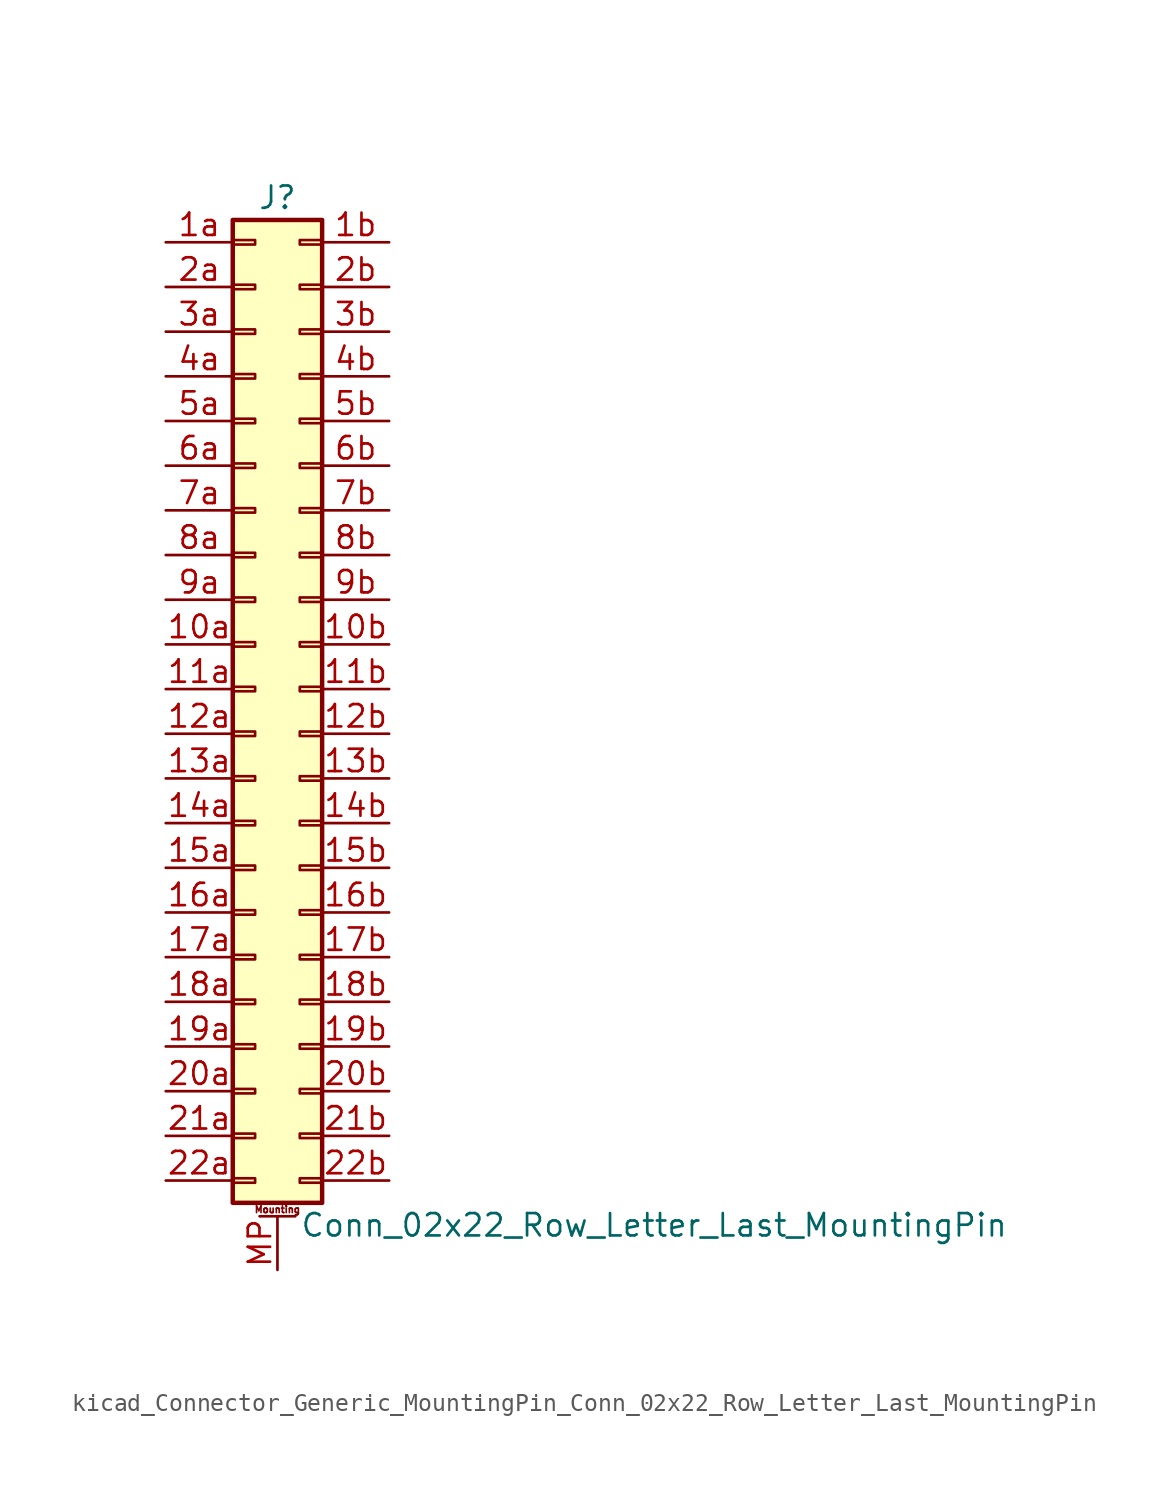
<source format=kicad_sym>
(kicad_symbol_lib
  (version 20220914)
  (generator kicad_symbol_editor)
  (symbol "kicad_Connector_Generic_MountingPin_Conn_02x22_Row_Letter_Last_MountingPin"
    (pin_names
      (offset 1.016) hide)
    (property "Reference" "J"
      (at 1.27 27.94 0)
      (effects (font (size 1.27 1.27))))
    (property "Value" "Conn_02x22_Row_Letter_Last_MountingPin"
      (at 2.54 -30.48 0)
      (effects (font (size 1.27 1.27)) (justify left)))
    (symbol "kicad_Connector_Generic_MountingPin_Conn_02x22_Row_Letter_Last_MountingPin_1_1"
      (rectangle (start -1.27 -27.813) (end 0 -28.067) (stroke (width 0.152) (type default)) (fill (type none)))
      (rectangle (start -1.27 -25.273) (end 0 -25.527) (stroke (width 0.152) (type default)) (fill (type none)))
      (rectangle (start -1.27 -22.733) (end 0 -22.987) (stroke (width 0.152) (type default)) (fill (type none)))
      (rectangle (start -1.27 -20.193) (end 0 -20.447) (stroke (width 0.152) (type default)) (fill (type none)))
      (rectangle (start -1.27 -17.653) (end 0 -17.907) (stroke (width 0.152) (type default)) (fill (type none)))
      (rectangle (start -1.27 -15.113) (end 0 -15.367) (stroke (width 0.152) (type default)) (fill (type none)))
      (rectangle (start -1.27 -12.573) (end 0 -12.827) (stroke (width 0.152) (type default)) (fill (type none)))
      (rectangle (start -1.27 -10.033) (end 0 -10.287) (stroke (width 0.152) (type default)) (fill (type none)))
      (rectangle (start -1.27 -7.493) (end 0 -7.747) (stroke (width 0.152) (type default)) (fill (type none)))
      (rectangle (start -1.27 -4.953) (end 0 -5.207) (stroke (width 0.152) (type default)) (fill (type none)))
      (rectangle (start -1.27 -2.413) (end 0 -2.667) (stroke (width 0.152) (type default)) (fill (type none)))
      (rectangle (start -1.27 0.127) (end 0 -0.127) (stroke (width 0.152) (type default)) (fill (type none)))
      (rectangle (start -1.27 2.667) (end 0 2.413) (stroke (width 0.152) (type default)) (fill (type none)))
      (rectangle (start -1.27 5.207) (end 0 4.953) (stroke (width 0.152) (type default)) (fill (type none)))
      (rectangle (start -1.27 7.747) (end 0 7.493) (stroke (width 0.152) (type default)) (fill (type none)))
      (rectangle (start -1.27 10.287) (end 0 10.033) (stroke (width 0.152) (type default)) (fill (type none)))
      (rectangle (start -1.27 12.827) (end 0 12.573) (stroke (width 0.152) (type default)) (fill (type none)))
      (rectangle (start -1.27 15.367) (end 0 15.113) (stroke (width 0.152) (type default)) (fill (type none)))
      (rectangle (start -1.27 17.907) (end 0 17.653) (stroke (width 0.152) (type default)) (fill (type none)))
      (rectangle (start -1.27 20.447) (end 0 20.193) (stroke (width 0.152) (type default)) (fill (type none)))
      (rectangle (start -1.27 22.987) (end 0 22.733) (stroke (width 0.152) (type default)) (fill (type none)))
      (rectangle (start -1.27 25.527) (end 0 25.273) (stroke (width 0.152) (type default)) (fill (type none)))
      (rectangle (start -1.27 26.67) (end 3.81 -29.21) (stroke (width 0.254) (type default)) (fill (type background)))
      (polyline (pts (xy 0.254 -29.972) (xy 2.286 -29.972)) (stroke (width 0.152) (type default)) (fill (type none)))
      (rectangle (start 3.81 -27.813) (end 2.54 -28.067) (stroke (width 0.152) (type default)) (fill (type none)))
      (rectangle (start 3.81 -25.273) (end 2.54 -25.527) (stroke (width 0.152) (type default)) (fill (type none)))
      (rectangle (start 3.81 -22.733) (end 2.54 -22.987) (stroke (width 0.152) (type default)) (fill (type none)))
      (rectangle (start 3.81 -20.193) (end 2.54 -20.447) (stroke (width 0.152) (type default)) (fill (type none)))
      (rectangle (start 3.81 -17.653) (end 2.54 -17.907) (stroke (width 0.152) (type default)) (fill (type none)))
      (rectangle (start 3.81 -15.113) (end 2.54 -15.367) (stroke (width 0.152) (type default)) (fill (type none)))
      (rectangle (start 3.81 -12.573) (end 2.54 -12.827) (stroke (width 0.152) (type default)) (fill (type none)))
      (rectangle (start 3.81 -10.033) (end 2.54 -10.287) (stroke (width 0.152) (type default)) (fill (type none)))
      (rectangle (start 3.81 -7.493) (end 2.54 -7.747) (stroke (width 0.152) (type default)) (fill (type none)))
      (rectangle (start 3.81 -4.953) (end 2.54 -5.207) (stroke (width 0.152) (type default)) (fill (type none)))
      (rectangle (start 3.81 -2.413) (end 2.54 -2.667) (stroke (width 0.152) (type default)) (fill (type none)))
      (rectangle (start 3.81 0.127) (end 2.54 -0.127) (stroke (width 0.152) (type default)) (fill (type none)))
      (rectangle (start 3.81 2.667) (end 2.54 2.413) (stroke (width 0.152) (type default)) (fill (type none)))
      (rectangle (start 3.81 5.207) (end 2.54 4.953) (stroke (width 0.152) (type default)) (fill (type none)))
      (rectangle (start 3.81 7.747) (end 2.54 7.493) (stroke (width 0.152) (type default)) (fill (type none)))
      (rectangle (start 3.81 10.287) (end 2.54 10.033) (stroke (width 0.152) (type default)) (fill (type none)))
      (rectangle (start 3.81 12.827) (end 2.54 12.573) (stroke (width 0.152) (type default)) (fill (type none)))
      (rectangle (start 3.81 15.367) (end 2.54 15.113) (stroke (width 0.152) (type default)) (fill (type none)))
      (rectangle (start 3.81 17.907) (end 2.54 17.653) (stroke (width 0.152) (type default)) (fill (type none)))
      (rectangle (start 3.81 20.447) (end 2.54 20.193) (stroke (width 0.152) (type default)) (fill (type none)))
      (rectangle (start 3.81 22.987) (end 2.54 22.733) (stroke (width 0.152) (type default)) (fill (type none)))
      (rectangle (start 3.81 25.527) (end 2.54 25.273) (stroke (width 0.152) (type default)) (fill (type none)))
      (text "Mounting" (at 1.27 -29.591 0) (effects (font (size 0.381 0.381))))
      (pin passive line (at -5.08 2.54 0) (length 3.81) (name "Pin_10a" (effects (font (size 1.27 1.27)))) (number "10a" (effects (font (size 1.27 1.27)))))
      (pin passive line (at 7.62 2.54 180) (length 3.81) (name "Pin_10b" (effects (font (size 1.27 1.27)))) (number "10b" (effects (font (size 1.27 1.27)))))
      (pin passive line (at -5.08 0 0) (length 3.81) (name "Pin_11a" (effects (font (size 1.27 1.27)))) (number "11a" (effects (font (size 1.27 1.27)))))
      (pin passive line (at 7.62 0 180) (length 3.81) (name "Pin_11b" (effects (font (size 1.27 1.27)))) (number "11b" (effects (font (size 1.27 1.27)))))
      (pin passive line (at -5.08 -2.54 0) (length 3.81) (name "Pin_12a" (effects (font (size 1.27 1.27)))) (number "12a" (effects (font (size 1.27 1.27)))))
      (pin passive line (at 7.62 -2.54 180) (length 3.81) (name "Pin_12b" (effects (font (size 1.27 1.27)))) (number "12b" (effects (font (size 1.27 1.27)))))
      (pin passive line (at -5.08 -5.08 0) (length 3.81) (name "Pin_13a" (effects (font (size 1.27 1.27)))) (number "13a" (effects (font (size 1.27 1.27)))))
      (pin passive line (at 7.62 -5.08 180) (length 3.81) (name "Pin_13b" (effects (font (size 1.27 1.27)))) (number "13b" (effects (font (size 1.27 1.27)))))
      (pin passive line (at -5.08 -7.62 0) (length 3.81) (name "Pin_14a" (effects (font (size 1.27 1.27)))) (number "14a" (effects (font (size 1.27 1.27)))))
      (pin passive line (at 7.62 -7.62 180) (length 3.81) (name "Pin_14b" (effects (font (size 1.27 1.27)))) (number "14b" (effects (font (size 1.27 1.27)))))
      (pin passive line (at -5.08 -10.16 0) (length 3.81) (name "Pin_15a" (effects (font (size 1.27 1.27)))) (number "15a" (effects (font (size 1.27 1.27)))))
      (pin passive line (at 7.62 -10.16 180) (length 3.81) (name "Pin_15b" (effects (font (size 1.27 1.27)))) (number "15b" (effects (font (size 1.27 1.27)))))
      (pin passive line (at -5.08 -12.7 0) (length 3.81) (name "Pin_16a" (effects (font (size 1.27 1.27)))) (number "16a" (effects (font (size 1.27 1.27)))))
      (pin passive line (at 7.62 -12.7 180) (length 3.81) (name "Pin_16b" (effects (font (size 1.27 1.27)))) (number "16b" (effects (font (size 1.27 1.27)))))
      (pin passive line (at -5.08 -15.24 0) (length 3.81) (name "Pin_17a" (effects (font (size 1.27 1.27)))) (number "17a" (effects (font (size 1.27 1.27)))))
      (pin passive line (at 7.62 -15.24 180) (length 3.81) (name "Pin_17b" (effects (font (size 1.27 1.27)))) (number "17b" (effects (font (size 1.27 1.27)))))
      (pin passive line (at -5.08 -17.78 0) (length 3.81) (name "Pin_18a" (effects (font (size 1.27 1.27)))) (number "18a" (effects (font (size 1.27 1.27)))))
      (pin passive line (at 7.62 -17.78 180) (length 3.81) (name "Pin_18b" (effects (font (size 1.27 1.27)))) (number "18b" (effects (font (size 1.27 1.27)))))
      (pin passive line (at -5.08 -20.32 0) (length 3.81) (name "Pin_19a" (effects (font (size 1.27 1.27)))) (number "19a" (effects (font (size 1.27 1.27)))))
      (pin passive line (at 7.62 -20.32 180) (length 3.81) (name "Pin_19b" (effects (font (size 1.27 1.27)))) (number "19b" (effects (font (size 1.27 1.27)))))
      (pin passive line (at -5.08 25.4 0) (length 3.81) (name "Pin_1a" (effects (font (size 1.27 1.27)))) (number "1a" (effects (font (size 1.27 1.27)))))
      (pin passive line (at 7.62 25.4 180) (length 3.81) (name "Pin_1b" (effects (font (size 1.27 1.27)))) (number "1b" (effects (font (size 1.27 1.27)))))
      (pin passive line (at -5.08 -22.86 0) (length 3.81) (name "Pin_20a" (effects (font (size 1.27 1.27)))) (number "20a" (effects (font (size 1.27 1.27)))))
      (pin passive line (at 7.62 -22.86 180) (length 3.81) (name "Pin_20b" (effects (font (size 1.27 1.27)))) (number "20b" (effects (font (size 1.27 1.27)))))
      (pin passive line (at -5.08 -25.4 0) (length 3.81) (name "Pin_21a" (effects (font (size 1.27 1.27)))) (number "21a" (effects (font (size 1.27 1.27)))))
      (pin passive line (at 7.62 -25.4 180) (length 3.81) (name "Pin_21b" (effects (font (size 1.27 1.27)))) (number "21b" (effects (font (size 1.27 1.27)))))
      (pin passive line (at -5.08 -27.94 0) (length 3.81) (name "Pin_22a" (effects (font (size 1.27 1.27)))) (number "22a" (effects (font (size 1.27 1.27)))))
      (pin passive line (at 7.62 -27.94 180) (length 3.81) (name "Pin_22b" (effects (font (size 1.27 1.27)))) (number "22b" (effects (font (size 1.27 1.27)))))
      (pin passive line (at -5.08 22.86 0) (length 3.81) (name "Pin_2a" (effects (font (size 1.27 1.27)))) (number "2a" (effects (font (size 1.27 1.27)))))
      (pin passive line (at 7.62 22.86 180) (length 3.81) (name "Pin_2b" (effects (font (size 1.27 1.27)))) (number "2b" (effects (font (size 1.27 1.27)))))
      (pin passive line (at -5.08 20.32 0) (length 3.81) (name "Pin_3a" (effects (font (size 1.27 1.27)))) (number "3a" (effects (font (size 1.27 1.27)))))
      (pin passive line (at 7.62 20.32 180) (length 3.81) (name "Pin_3b" (effects (font (size 1.27 1.27)))) (number "3b" (effects (font (size 1.27 1.27)))))
      (pin passive line (at -5.08 17.78 0) (length 3.81) (name "Pin_4a" (effects (font (size 1.27 1.27)))) (number "4a" (effects (font (size 1.27 1.27)))))
      (pin passive line (at 7.62 17.78 180) (length 3.81) (name "Pin_4b" (effects (font (size 1.27 1.27)))) (number "4b" (effects (font (size 1.27 1.27)))))
      (pin passive line (at -5.08 15.24 0) (length 3.81) (name "Pin_5a" (effects (font (size 1.27 1.27)))) (number "5a" (effects (font (size 1.27 1.27)))))
      (pin passive line (at 7.62 15.24 180) (length 3.81) (name "Pin_5b" (effects (font (size 1.27 1.27)))) (number "5b" (effects (font (size 1.27 1.27)))))
      (pin passive line (at -5.08 12.7 0) (length 3.81) (name "Pin_6a" (effects (font (size 1.27 1.27)))) (number "6a" (effects (font (size 1.27 1.27)))))
      (pin passive line (at 7.62 12.7 180) (length 3.81) (name "Pin_6b" (effects (font (size 1.27 1.27)))) (number "6b" (effects (font (size 1.27 1.27)))))
      (pin passive line (at -5.08 10.16 0) (length 3.81) (name "Pin_7a" (effects (font (size 1.27 1.27)))) (number "7a" (effects (font (size 1.27 1.27)))))
      (pin passive line (at 7.62 10.16 180) (length 3.81) (name "Pin_7b" (effects (font (size 1.27 1.27)))) (number "7b" (effects (font (size 1.27 1.27)))))
      (pin passive line (at -5.08 7.62 0) (length 3.81) (name "Pin_8a" (effects (font (size 1.27 1.27)))) (number "8a" (effects (font (size 1.27 1.27)))))
      (pin passive line (at 7.62 7.62 180) (length 3.81) (name "Pin_8b" (effects (font (size 1.27 1.27)))) (number "8b" (effects (font (size 1.27 1.27)))))
      (pin passive line (at -5.08 5.08 0) (length 3.81) (name "Pin_9a" (effects (font (size 1.27 1.27)))) (number "9a" (effects (font (size 1.27 1.27)))))
      (pin passive line (at 7.62 5.08 180) (length 3.81) (name "Pin_9b" (effects (font (size 1.27 1.27)))) (number "9b" (effects (font (size 1.27 1.27)))))
      (pin passive line (at 1.27 -33.02 90) (length 3.048) (name "MountPin" (effects (font (size 1.27 1.27)))) (number "MP" (effects (font (size 1.27 1.27))))))))
</source>
